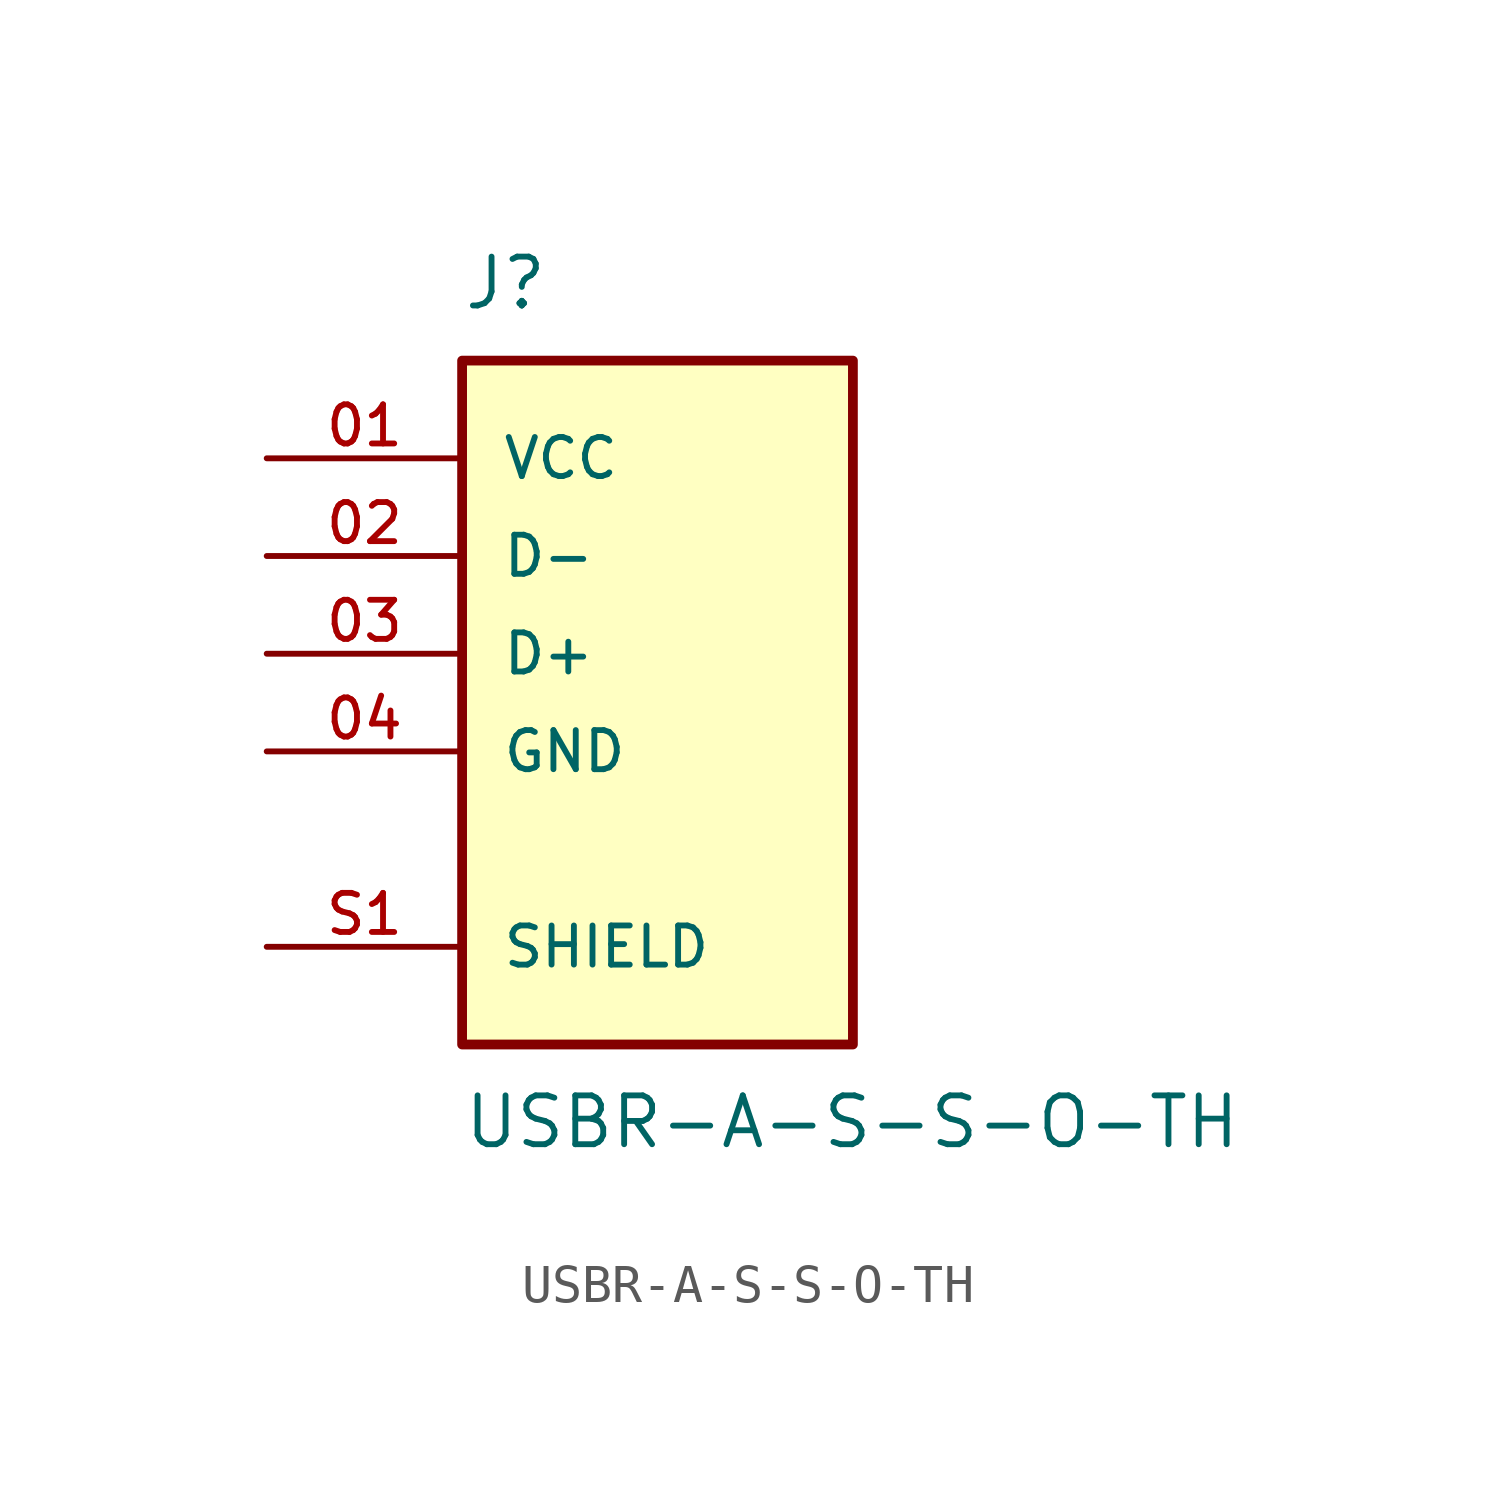
<source format=kicad_sym>
(kicad_symbol_lib
  (version 20211014)
  (generator kicad_symbol_editor)
  (symbol "USBR-A-S-S-O-TH"
    (pin_names
      (offset 1.016))
    (property "Reference" "J"
      (at -5.08 8.89 0)
      (effects (font (size 1.27 1.27)) (justify bottom left)))
    (property "Value" "USBR-A-S-S-O-TH"
      (at -5.08 -11.43 0)
      (effects (font (size 1.27 1.27)) (justify top left)))
    (symbol "USBR-A-S-S-O-TH_0_0"
      (rectangle (start -5.08 -10.16) (end 5.08 7.62) (stroke (width 0.254)) (fill (type background)))
      (pin power_in line (at -10.16 5.08 0) (length 5.08) (name "VCC" (effects (font (size 1.016 1.016)))) (number "01" (effects (font (size 1.016 1.016)))))
      (pin bidirectional line (at -10.16 2.54 0) (length 5.08) (name "D-" (effects (font (size 1.016 1.016)))) (number "02" (effects (font (size 1.016 1.016)))))
      (pin bidirectional line (at -10.16 0.0 0) (length 5.08) (name "D+" (effects (font (size 1.016 1.016)))) (number "03" (effects (font (size 1.016 1.016)))))
      (pin power_in line (at -10.16 -2.54 0) (length 5.08) (name "GND" (effects (font (size 1.016 1.016)))) (number "04" (effects (font (size 1.016 1.016)))))
      (pin passive line (at -10.16 -7.62 0) (length 5.08) (name "SHIELD" (effects (font (size 1.016 1.016)))) (number "S1" (effects (font (size 1.016 1.016)))))
      (pin passive line (at -10.16 -7.62 0) (length 5.08) hide (name "SHIELD" (effects (font (size 1.016 1.016)))) (number "S2" (effects (font (size 1.016 1.016))))))))
</source>
